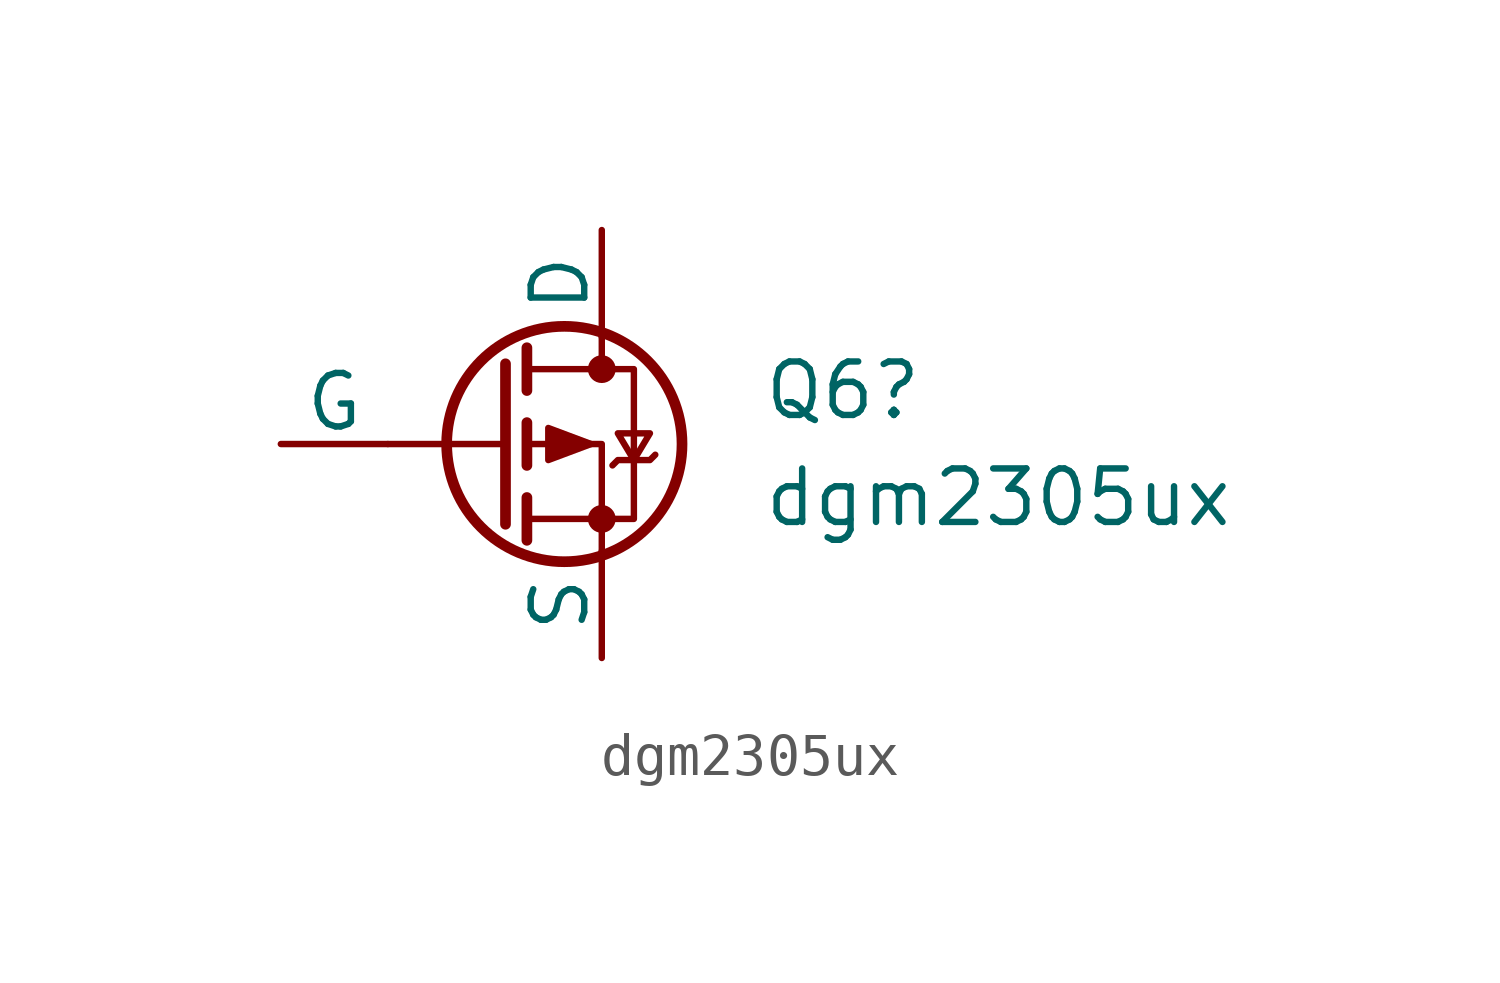
<source format=kicad_sym>
(kicad_symbol_lib
  (version 20241209)
  (generator "kicad_symbol_editor")
  (generator_version "9.0")
  (symbol "dgm2305ux"
    (pin_numbers
      (hide yes))
    (pin_names
      (offset 0))
    (property "Reference" "Q6"
      (at 6.35 1.27 0)
      (effects (font (size 1.27 1.27)) (justify left)))
    (property "Value" "dgm2305ux"
      (at 6.35 -1.27 0)
      (effects (font (size 1.27 1.27)) (justify left)))
    (symbol "dgm2305ux_0_1"
      (polyline (pts (xy 0.254 1.905) (xy 0.254 -1.905)) (stroke (width 0.254) (type default)) (fill (type none)))
      (polyline (pts (xy 0.254 0) (xy -2.54 0)) (stroke (width 0) (type default)) (fill (type none)))
      (polyline (pts (xy 0.762 2.286) (xy 0.762 1.27)) (stroke (width 0.254) (type default)) (fill (type none)))
      (polyline (pts (xy 0.762 1.778) (xy 3.302 1.778) (xy 3.302 -1.778) (xy 0.762 -1.778)) (stroke (width 0) (type default)) (fill (type none)))
      (polyline (pts (xy 0.762 0.508) (xy 0.762 -0.508)) (stroke (width 0.254) (type default)) (fill (type none)))
      (polyline (pts (xy 0.762 -1.27) (xy 0.762 -2.286)) (stroke (width 0.254) (type default)) (fill (type none)))
      (circle (center 1.651 0) (radius 2.794) (stroke (width 0.254) (type default)) (fill (type none)))
      (polyline (pts (xy 2.286 0) (xy 1.27 0.381) (xy 1.27 -0.381) (xy 2.286 0)) (stroke (width 0) (type default)) (fill (type outline)))
      (polyline (pts (xy 2.54 2.54) (xy 2.54 1.778)) (stroke (width 0) (type default)) (fill (type none)))
      (circle (center 2.54 1.778) (radius 0.254) (stroke (width 0) (type default)) (fill (type outline)))
      (circle (center 2.54 -1.778) (radius 0.254) (stroke (width 0) (type default)) (fill (type outline)))
      (polyline (pts (xy 2.54 -2.54) (xy 2.54 0) (xy 0.762 0)) (stroke (width 0) (type default)) (fill (type none)))
      (polyline (pts (xy 2.794 -0.508) (xy 2.921 -0.381) (xy 3.683 -0.381) (xy 3.81 -0.254)) (stroke (width 0) (type default)) (fill (type none)))
      (polyline (pts (xy 3.302 -0.381) (xy 2.921 0.254) (xy 3.683 0.254) (xy 3.302 -0.381)) (stroke (width 0) (type default)) (fill (type none))))
    (symbol "dgm2305ux_1_1"
      (pin input line (at -5.08 0 0) (length 2.54) (name "G" (effects (font (size 1.27 1.27)))) (number "1" (effects (font (size 1.27 1.27)))))
      (pin passive line (at 2.54 5.08 270) (length 2.54) (name "D" (effects (font (size 1.27 1.27)))) (number "3" (effects (font (size 1.27 1.27)))))
      (pin passive line (at 2.54 -5.08 90) (length 2.54) (name "S" (effects (font (size 1.27 1.27)))) (number "2" (effects (font (size 1.27 1.27))))))))
</source>
